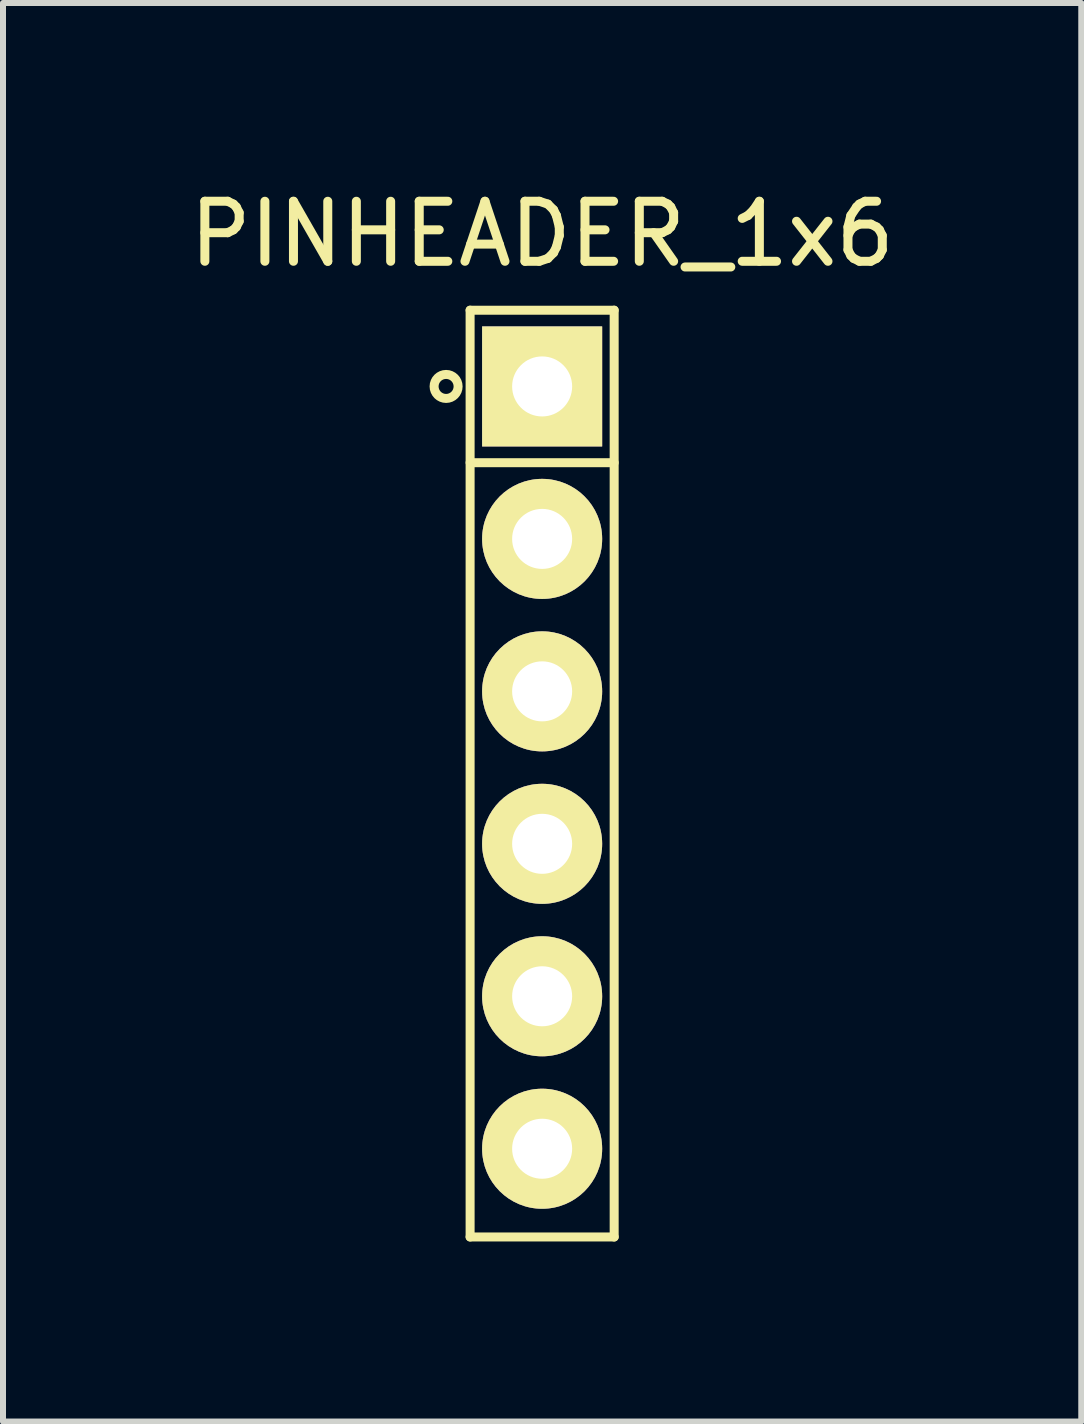
<source format=kicad_pcb>
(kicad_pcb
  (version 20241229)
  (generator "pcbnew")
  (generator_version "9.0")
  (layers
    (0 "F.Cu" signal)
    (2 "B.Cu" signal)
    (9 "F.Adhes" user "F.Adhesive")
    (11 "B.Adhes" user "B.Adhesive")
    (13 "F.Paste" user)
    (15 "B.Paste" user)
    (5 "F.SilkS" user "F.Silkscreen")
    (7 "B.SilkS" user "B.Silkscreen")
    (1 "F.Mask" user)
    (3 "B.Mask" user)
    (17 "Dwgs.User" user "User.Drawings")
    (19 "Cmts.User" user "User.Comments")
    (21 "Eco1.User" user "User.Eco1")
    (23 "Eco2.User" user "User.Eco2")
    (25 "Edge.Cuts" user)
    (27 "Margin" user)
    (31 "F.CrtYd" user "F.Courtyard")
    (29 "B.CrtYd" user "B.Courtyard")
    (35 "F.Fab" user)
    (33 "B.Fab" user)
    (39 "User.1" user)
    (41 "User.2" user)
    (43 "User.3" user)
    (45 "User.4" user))
  (footprint "PINHEADER_1x6"
    (layer "F.Cu")
    (at 5.982 3.388)
    (property "Reference" "PINHEADER_1x6" (at 0 -2.54 0) (layer "F.SilkS") (effects (font (size 1 1) (thickness 0.15))))
    (attr through_hole)
    (fp_line (start -1.2 -1.27) (end 1.2 -1.27) (stroke (width 0.15) (type solid)) (layer "F.SilkS"))
    (fp_line (start -1.2 1.27) (end 1.2 1.27) (stroke (width 0.15) (type solid)) (layer "F.SilkS"))
    (fp_line (start -1.2 14.17) (end -1.2 -1.27) (stroke (width 0.15) (type solid)) (layer "F.SilkS"))
    (fp_line (start 1.2 -1.27) (end 1.2 14.17) (stroke (width 0.15) (type solid)) (layer "F.SilkS"))
    (fp_line (start 1.2 14.17) (end -1.2 14.17) (stroke (width 0.15) (type solid)) (layer "F.SilkS"))
    (fp_circle (center -1.6 0) (end -1.6 0.2) (stroke (width 0.15) (type solid)) (fill no) (layer "F.SilkS"))
    (pad "1" thru_hole rect (at 0 0) (size 2 2) (drill 1) (layers "*.Cu" "*.Mask" "F.SilkS"))
    (pad "2" thru_hole circle (at 0 2.54) (size 2 2) (drill 1) (layers "*.Cu" "*.Mask" "F.SilkS"))
    (pad "3" thru_hole circle (at 0 5.08) (size 2 2) (drill 1) (layers "*.Cu" "*.Mask" "F.SilkS"))
    (pad "4" thru_hole circle (at 0 7.62) (size 2 2) (drill 1) (layers "*.Cu" "*.Mask" "F.SilkS"))
    (pad "5" thru_hole circle (at 0 10.16) (size 2 2) (drill 1) (layers "*.Cu" "*.Mask" "F.SilkS"))
    (pad "6" thru_hole circle (at 0 12.7) (size 2 2) (drill 1) (layers "*.Cu" "*.Mask" "F.SilkS")))
  (gr_rect
    (start -3 -3)
    (end 14.964 20.633)
    (stroke (width 0.1) (type default))
    (fill no)
    (layer "Edge.Cuts")))
</source>
